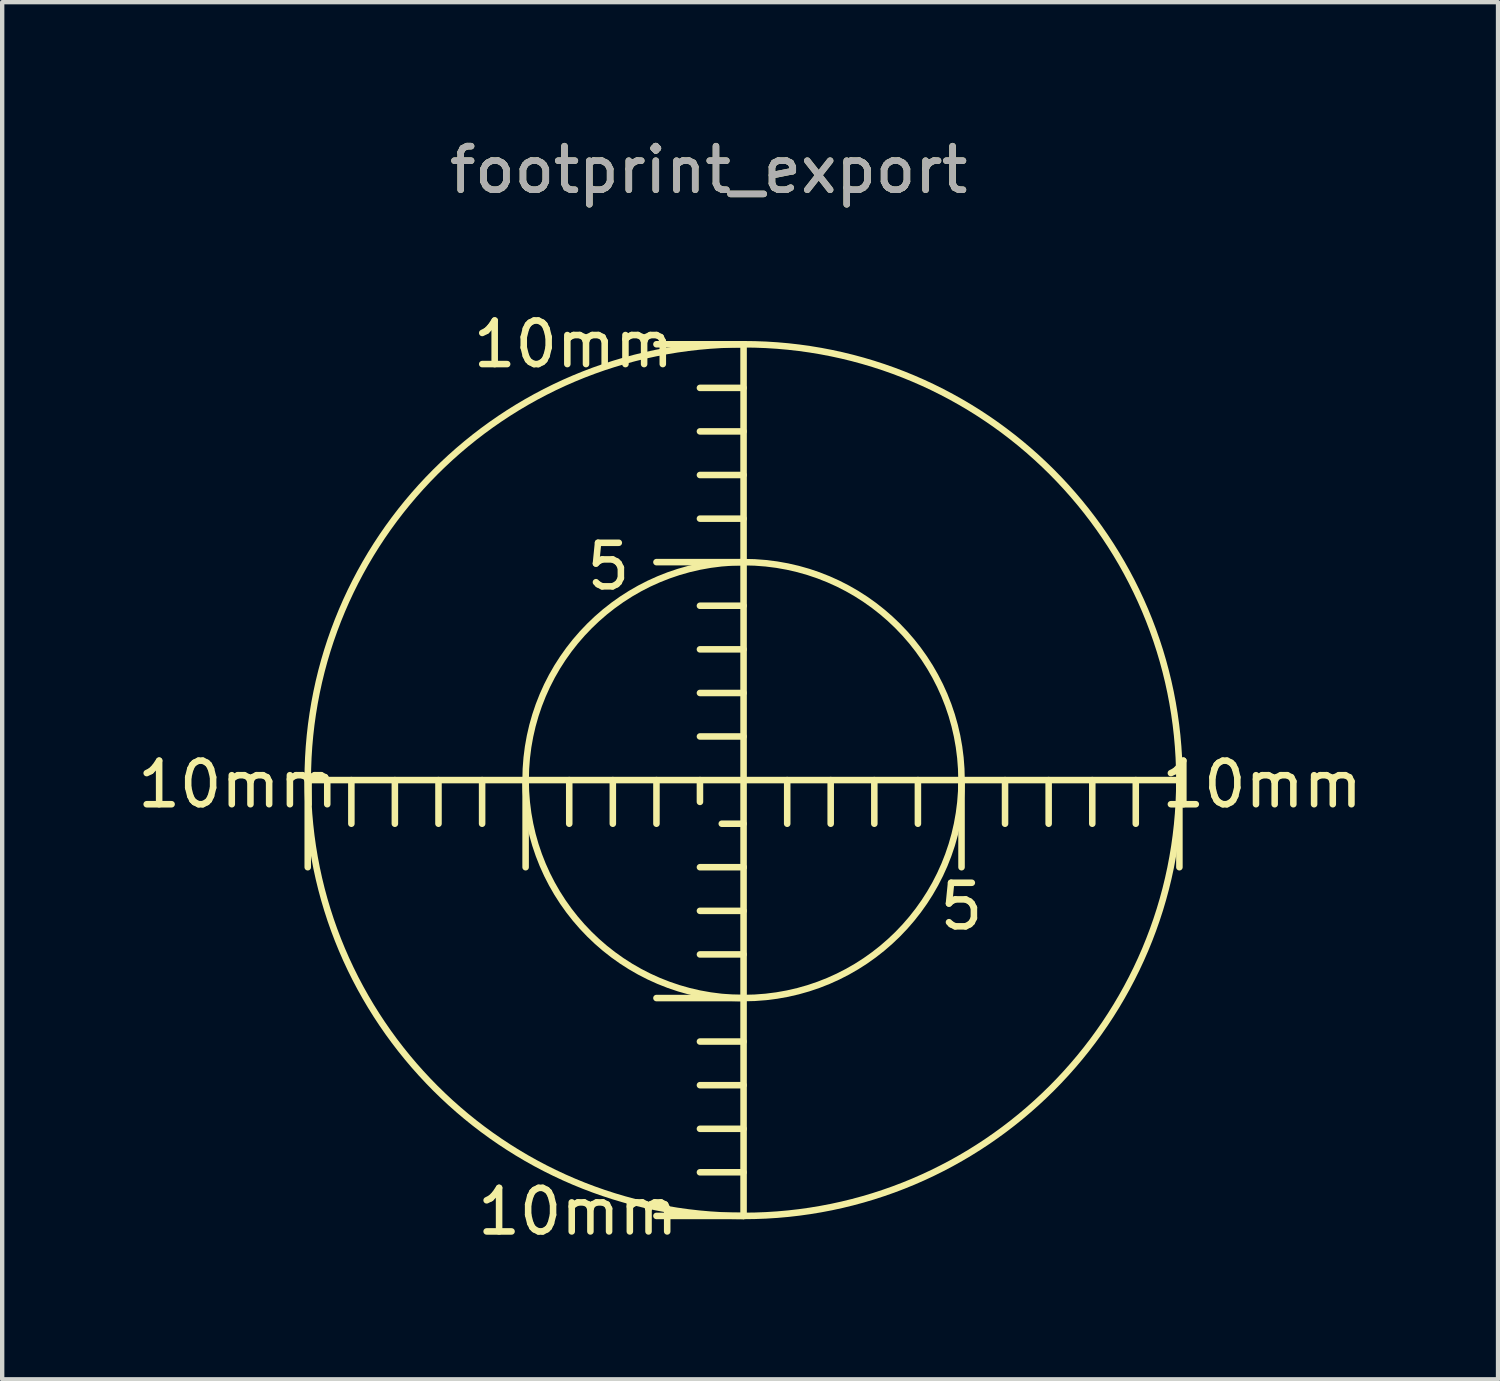
<source format=kicad_pcb>
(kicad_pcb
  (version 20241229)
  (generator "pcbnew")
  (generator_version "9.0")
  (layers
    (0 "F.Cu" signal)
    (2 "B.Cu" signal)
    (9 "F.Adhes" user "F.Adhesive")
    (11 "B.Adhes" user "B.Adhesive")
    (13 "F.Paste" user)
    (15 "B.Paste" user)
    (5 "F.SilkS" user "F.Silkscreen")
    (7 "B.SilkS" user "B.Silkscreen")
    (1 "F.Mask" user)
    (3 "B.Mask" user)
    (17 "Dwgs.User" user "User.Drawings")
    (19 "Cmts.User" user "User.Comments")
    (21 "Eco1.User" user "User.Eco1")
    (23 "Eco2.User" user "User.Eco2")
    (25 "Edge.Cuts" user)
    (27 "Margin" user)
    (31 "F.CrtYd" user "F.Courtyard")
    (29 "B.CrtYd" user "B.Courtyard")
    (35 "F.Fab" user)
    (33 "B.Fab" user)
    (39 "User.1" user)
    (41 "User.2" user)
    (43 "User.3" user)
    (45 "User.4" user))
  (footprint "footprint_export"
    (layer "F.Cu")
    (at 14.011 14.849)
    (property "Reference" "footprint_export" (at -0.8 -14 0) (layer "F.SilkS") (effects (font (size 1 1) (thickness 0.15))))
    (attr exclude_from_pos_files exclude_from_bom)
    (fp_line (start -10 0) (end -10 1.999) (stroke (width 0.15) (type solid)) (layer "F.SilkS"))
    (fp_line (start -8.999 0) (end -8.999 1.001) (stroke (width 0.15) (type solid)) (layer "F.SilkS"))
    (fp_line (start -8.001 0) (end -8.001 1.001) (stroke (width 0.15) (type solid)) (layer "F.SilkS"))
    (fp_line (start -7 0) (end -7 1.001) (stroke (width 0.15) (type solid)) (layer "F.SilkS"))
    (fp_line (start -5.999 0) (end -5.999 1.001) (stroke (width 0.15) (type solid)) (layer "F.SilkS"))
    (fp_line (start -5.001 0) (end -5.001 1.999) (stroke (width 0.15) (type solid)) (layer "F.SilkS"))
    (fp_line (start -4 0) (end -4 1.001) (stroke (width 0.15) (type solid)) (layer "F.SilkS"))
    (fp_line (start -3 0) (end -3 1.001) (stroke (width 0.15) (type solid)) (layer "F.SilkS"))
    (fp_line (start -1.999 0) (end -1.999 1.001) (stroke (width 0.15) (type solid)) (layer "F.SilkS"))
    (fp_line (start -1.001 0) (end -1.001 0.5) (stroke (width 0.15) (type solid)) (layer "F.SilkS"))
    (fp_line (start 0 -10) (end -1.999 -10) (stroke (width 0.15) (type solid)) (layer "F.SilkS"))
    (fp_line (start 0 -8.999) (end -1.001 -8.999) (stroke (width 0.15) (type solid)) (layer "F.SilkS"))
    (fp_line (start 0 -8.001) (end -1.001 -8.001) (stroke (width 0.15) (type solid)) (layer "F.SilkS"))
    (fp_line (start 0 -7) (end -1.001 -7) (stroke (width 0.15) (type solid)) (layer "F.SilkS"))
    (fp_line (start 0 -5.999) (end -1.001 -5.999) (stroke (width 0.15) (type solid)) (layer "F.SilkS"))
    (fp_line (start 0 -5.001) (end -1.999 -5.001) (stroke (width 0.15) (type solid)) (layer "F.SilkS"))
    (fp_line (start 0 -4) (end -1.001 -4) (stroke (width 0.15) (type solid)) (layer "F.SilkS"))
    (fp_line (start 0 -3) (end -1.001 -3) (stroke (width 0.15) (type solid)) (layer "F.SilkS"))
    (fp_line (start 0 -1.999) (end -1.001 -1.999) (stroke (width 0.15) (type solid)) (layer "F.SilkS"))
    (fp_line (start 0 -1.001) (end -1.001 -1.001) (stroke (width 0.15) (type solid)) (layer "F.SilkS"))
    (fp_line (start 0 0) (end -10 0) (stroke (width 0.15) (type solid)) (layer "F.SilkS"))
    (fp_line (start 0 0) (end 0 -10) (stroke (width 0.15) (type solid)) (layer "F.SilkS"))
    (fp_line (start 0 0) (end 0 1.999) (stroke (width 0.15) (type solid)) (layer "F.SilkS"))
    (fp_line (start 0 0) (end 10 0) (stroke (width 0.15) (type solid)) (layer "F.SilkS"))
    (fp_line (start 0 1.001) (end -0.5 1.001) (stroke (width 0.15) (type solid)) (layer "F.SilkS"))
    (fp_line (start 0 1.999) (end -1.001 1.999) (stroke (width 0.15) (type solid)) (layer "F.SilkS"))
    (fp_line (start 0 1.999) (end 0 10) (stroke (width 0.15) (type solid)) (layer "F.SilkS"))
    (fp_line (start 0 3) (end -1.001 3) (stroke (width 0.15) (type solid)) (layer "F.SilkS"))
    (fp_line (start 0 4) (end -1.001 4) (stroke (width 0.15) (type solid)) (layer "F.SilkS"))
    (fp_line (start 0 5.001) (end -1.999 5.001) (stroke (width 0.15) (type solid)) (layer "F.SilkS"))
    (fp_line (start 0 5.999) (end -1.001 5.999) (stroke (width 0.15) (type solid)) (layer "F.SilkS"))
    (fp_line (start 0 7) (end -1.001 7) (stroke (width 0.15) (type solid)) (layer "F.SilkS"))
    (fp_line (start 0 8.001) (end -1.001 8.001) (stroke (width 0.15) (type solid)) (layer "F.SilkS"))
    (fp_line (start 0 8.999) (end -1.001 8.999) (stroke (width 0.15) (type solid)) (layer "F.SilkS"))
    (fp_line (start 0 10) (end -1.999 10) (stroke (width 0.15) (type solid)) (layer "F.SilkS"))
    (fp_line (start 1.001 0) (end 1.001 1.001) (stroke (width 0.15) (type solid)) (layer "F.SilkS"))
    (fp_line (start 1.999 0) (end 1.999 1.001) (stroke (width 0.15) (type solid)) (layer "F.SilkS"))
    (fp_line (start 3 0) (end 3 1.001) (stroke (width 0.15) (type solid)) (layer "F.SilkS"))
    (fp_line (start 4 0) (end 4 1.001) (stroke (width 0.15) (type solid)) (layer "F.SilkS"))
    (fp_line (start 5.001 0) (end 5.001 1.999) (stroke (width 0.15) (type solid)) (layer "F.SilkS"))
    (fp_line (start 5.999 0) (end 5.999 1.001) (stroke (width 0.15) (type solid)) (layer "F.SilkS"))
    (fp_line (start 7 0) (end 7 1.001) (stroke (width 0.15) (type solid)) (layer "F.SilkS"))
    (fp_line (start 8.001 0) (end 8.001 1.001) (stroke (width 0.15) (type solid)) (layer "F.SilkS"))
    (fp_line (start 8.999 0) (end 8.999 1.001) (stroke (width 0.15) (type solid)) (layer "F.SilkS"))
    (fp_line (start 10 0) (end 10 1.999) (stroke (width 0.15) (type solid)) (layer "F.SilkS"))
    (fp_circle (center 0 0) (end 5.001 0) (stroke (width 0.15) (type solid)) (fill no) (layer "F.SilkS"))
    (fp_circle (center 0 0) (end 10 0) (stroke (width 0.15) (type solid)) (fill no) (layer "F.SilkS"))
    (fp_text user "10mm" (at -3.901 -10 0) (layer "F.SilkS") (effects (font (size 1 1) (thickness 0.15))))
    (fp_text user "10mm" (at -11.6 0.099 0) (layer "F.SilkS") (effects (font (size 1 1) (thickness 0.15))))
    (fp_text user "5" (at -3.101 -4.9 0) (layer "F.SilkS") (effects (font (size 1 1) (thickness 0.15))))
    (fp_text user "10mm" (at -3.8 9.901 0) (layer "F.SilkS") (effects (font (size 1 1) (thickness 0.15))))
    (fp_text user "5" (at 4.999 2.901 0) (layer "F.SilkS") (effects (font (size 1 1) (thickness 0.15))))
    (fp_text user "10mm" (at 11.9 0.099 0) (layer "F.SilkS") (effects (font (size 1 1) (thickness 0.15))))
    (fp_text user "${REFERENCE}" (at -0.8 -14 0) (layer "F.Fab") (effects (font (size 1 1) (thickness 0.15)))))
  (gr_rect
    (start -3 -3)
    (end 31.322 28.598)
    (stroke (width 0.1) (type default))
    (fill no)
    (layer "Edge.Cuts")))
</source>
